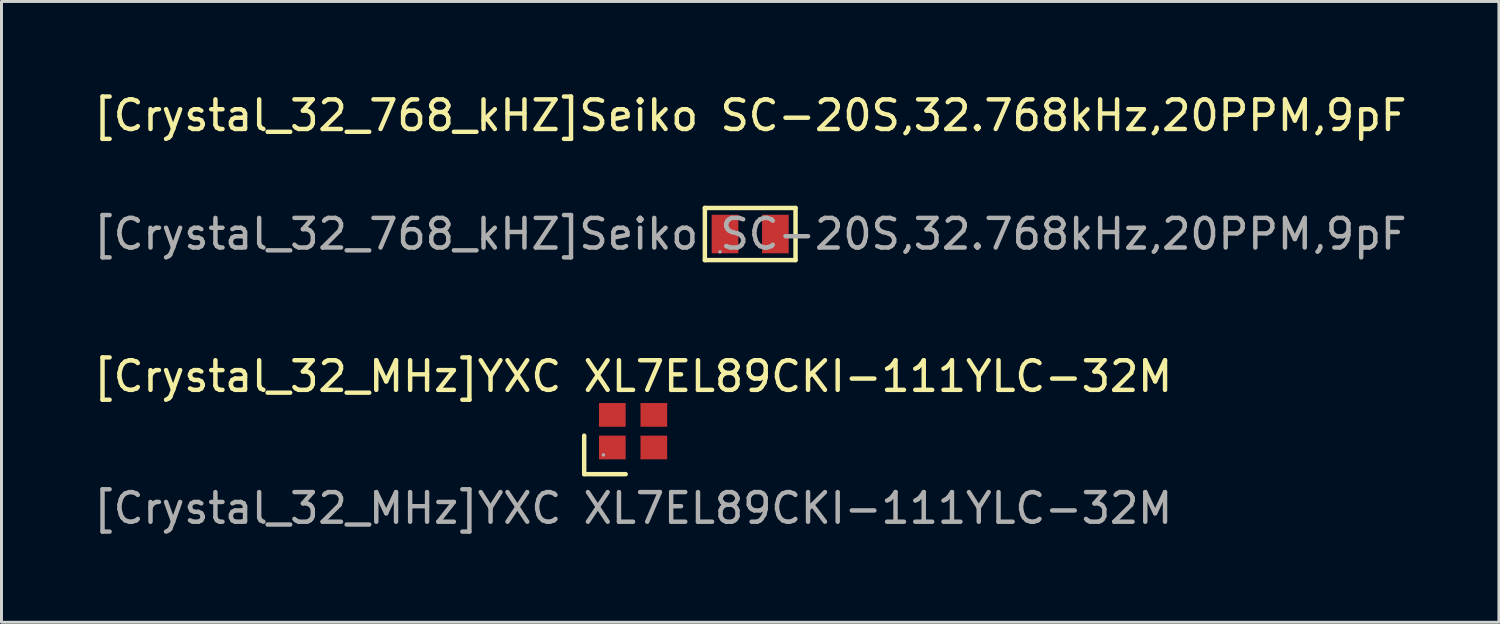
<source format=kicad_pcb>
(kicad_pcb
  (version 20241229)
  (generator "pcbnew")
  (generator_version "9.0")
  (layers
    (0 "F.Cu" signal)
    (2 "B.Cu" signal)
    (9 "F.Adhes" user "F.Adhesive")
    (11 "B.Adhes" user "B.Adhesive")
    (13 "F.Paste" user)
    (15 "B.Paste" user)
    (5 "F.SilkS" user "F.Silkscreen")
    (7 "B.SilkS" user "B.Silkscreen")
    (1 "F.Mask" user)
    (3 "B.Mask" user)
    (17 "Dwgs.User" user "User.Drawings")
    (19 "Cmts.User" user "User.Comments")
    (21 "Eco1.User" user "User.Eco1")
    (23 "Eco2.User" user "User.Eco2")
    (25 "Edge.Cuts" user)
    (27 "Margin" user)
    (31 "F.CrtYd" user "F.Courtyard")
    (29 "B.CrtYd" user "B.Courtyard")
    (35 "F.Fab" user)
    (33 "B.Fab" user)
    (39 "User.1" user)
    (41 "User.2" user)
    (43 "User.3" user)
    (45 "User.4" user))
  (footprint "[Crystal_32_768_kHZ]Seiko SC-20S,32.768kHz,20PPM,9pF"
    (layer "F.Cu")
    (at 22.268 4.848)
    (property "Reference" "[Crystal_32_768_kHZ]Seiko SC-20S,32.768kHz,20PPM,9pF" (at 0 -4 0) (layer "F.SilkS") (effects (font (size 1 1) (thickness 0.15))))
    (attr smd)
    (fp_line (start -1.53 -0.88) (end 1.53 -0.88) (stroke (width 0.15) (type solid)) (layer "F.SilkS"))
    (fp_line (start -1.53 0.88) (end -1.53 -0.88) (stroke (width 0.15) (type solid)) (layer "F.SilkS"))
    (fp_line (start 1.53 -0.88) (end 1.53 0.88) (stroke (width 0.15) (type solid)) (layer "F.SilkS"))
    (fp_line (start 1.53 0.88) (end -1.53 0.88) (stroke (width 0.15) (type solid)) (layer "F.SilkS"))
    (fp_circle (center -1.02 0.6) (end -0.99 0.6) (stroke (width 0.06) (type solid)) (fill no) (layer "F.Fab"))
    (fp_text user "${REFERENCE}" (at 0 0 0) (layer "F.Fab") (effects (font (size 1 1) (thickness 0.15))))
    (pad "1" smd rect (at -0.85 0) (size 0.9 1.3) (layers "F.Cu" "F.Mask" "F.Paste"))
    (pad "2" smd rect (at 0.85 0) (size 0.9 1.3) (layers "F.Cu" "F.Mask" "F.Paste")))
  (footprint "[Crystal_32_MHz]YXC XL7EL89CKI-111YLC-32M"
    (layer "F.Cu")
    (at 18.315 11.502)
    (property "Reference" "[Crystal_32_MHz]YXC XL7EL89CKI-111YLC-32M" (at 0 -1.85 0) (layer "F.SilkS") (effects (font (size 1 1) (thickness 0.15))))
    (attr smd)
    (fp_line (start -1.65 0.15) (end -1.65 1.45) (stroke (width 0.15) (type solid)) (layer "F.SilkS"))
    (fp_line (start -1.65 1.45) (end -0.25 1.45) (stroke (width 0.15) (type solid)) (layer "F.SilkS"))
    (fp_circle (center -1 0.8) (end -0.97 0.8) (stroke (width 0.06) (type solid)) (fill no) (layer "F.Fab"))
    (fp_text user "${REFERENCE}" (at 0 2.6 0) (layer "F.Fab") (effects (font (size 1 1) (thickness 0.15))))
    (pad "1" smd rect (at -0.7 0.55) (size 0.9 0.8) (layers "F.Cu" "F.Mask" "F.Paste"))
    (pad "2" smd rect (at 0.7 0.55) (size 0.9 0.8) (layers "F.Cu" "F.Mask" "F.Paste"))
    (pad "3" smd rect (at 0.7 -0.55) (size 0.9 0.8) (layers "F.Cu" "F.Mask" "F.Paste"))
    (pad "4" smd rect (at -0.7 -0.55) (size 0.9 0.8) (layers "F.Cu" "F.Mask" "F.Paste")))
  (gr_rect
    (start -3 -3)
    (end 47.536 17.95)
    (stroke (width 0.1) (type default))
    (fill no)
    (layer "Edge.Cuts")))
</source>
